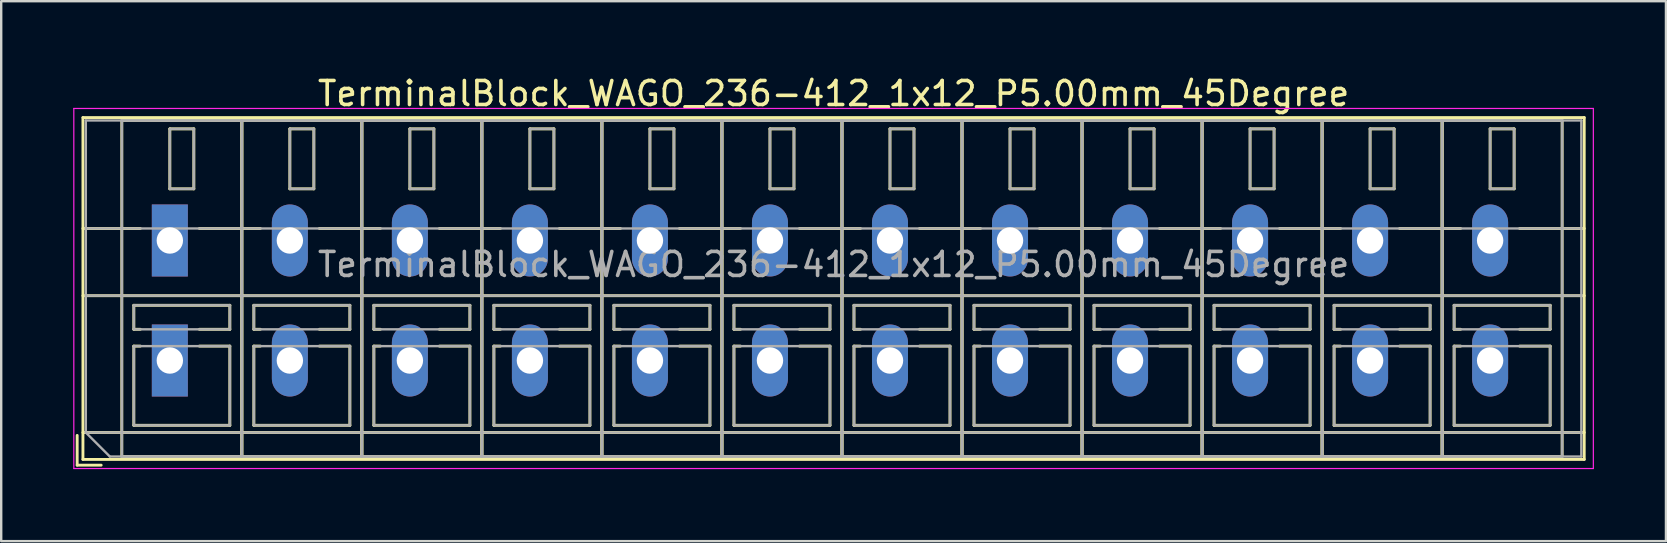
<source format=kicad_pcb>
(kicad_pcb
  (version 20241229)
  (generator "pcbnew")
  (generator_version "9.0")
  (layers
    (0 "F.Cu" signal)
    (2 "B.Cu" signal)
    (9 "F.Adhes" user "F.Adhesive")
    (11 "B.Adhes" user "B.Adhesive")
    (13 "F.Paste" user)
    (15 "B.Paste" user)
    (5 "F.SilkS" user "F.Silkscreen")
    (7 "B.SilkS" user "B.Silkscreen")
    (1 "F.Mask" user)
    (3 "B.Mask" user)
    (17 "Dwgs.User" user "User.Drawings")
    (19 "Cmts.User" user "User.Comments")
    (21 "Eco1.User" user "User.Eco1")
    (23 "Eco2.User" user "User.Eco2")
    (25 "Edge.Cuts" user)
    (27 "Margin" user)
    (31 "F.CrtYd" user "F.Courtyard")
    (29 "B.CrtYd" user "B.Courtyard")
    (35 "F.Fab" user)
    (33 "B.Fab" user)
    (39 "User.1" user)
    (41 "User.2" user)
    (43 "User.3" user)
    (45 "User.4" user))
  (footprint "TerminalBlock_WAGO_236-412_1x12_P5.00mm_45Degree"
    (layer "F.Cu")
    (at 4.025 6.968)
    (property "Reference" "TerminalBlock_WAGO_236-412_1x12_P5.00mm_45Degree" (at 27.65 -6.12 0) (layer "F.SilkS") (effects (font (size 1 1) (thickness 0.15))))
    (attr through_hole)
    (fp_line (start -3.86 8.12) (end -3.86 9.36) (stroke (width 0.12) (type solid)) (layer "F.SilkS"))
    (fp_line (start -3.86 9.36) (end -2.86 9.36) (stroke (width 0.12) (type solid)) (layer "F.SilkS"))
    (fp_line (start -3.62 -5.12) (end -3.62 9.12) (stroke (width 0.12) (type solid)) (layer "F.SilkS"))
    (fp_line (start -3.62 -5.12) (end 58.92 -5.12) (stroke (width 0.12) (type solid)) (layer "F.SilkS"))
    (fp_line (start -3.62 -0.5) (end -1.23 -0.5) (stroke (width 0.12) (type solid)) (layer "F.SilkS"))
    (fp_line (start -3.62 2.3) (end 58.92 2.3) (stroke (width 0.12) (type solid)) (layer "F.SilkS"))
    (fp_line (start -3.62 8) (end 58.92 8) (stroke (width 0.12) (type solid)) (layer "F.SilkS"))
    (fp_line (start -3.62 9.12) (end 58.92 9.12) (stroke (width 0.12) (type solid)) (layer "F.SilkS"))
    (fp_line (start -2 -5) (end -2 9) (stroke (width 0.12) (type solid)) (layer "F.SilkS"))
    (fp_line (start -2 -5) (end 3 -5) (stroke (width 0.12) (type solid)) (layer "F.SilkS"))
    (fp_line (start -2 9) (end 3 9) (stroke (width 0.12) (type solid)) (layer "F.SilkS"))
    (fp_line (start -1.5 2.7) (end -1.5 3.7) (stroke (width 0.12) (type solid)) (layer "F.SilkS"))
    (fp_line (start -1.5 2.7) (end 2.5 2.7) (stroke (width 0.12) (type solid)) (layer "F.SilkS"))
    (fp_line (start -1.5 3.7) (end -1.23 3.7) (stroke (width 0.12) (type solid)) (layer "F.SilkS"))
    (fp_line (start -1.5 4.4) (end -1.5 7.7) (stroke (width 0.12) (type solid)) (layer "F.SilkS"))
    (fp_line (start -1.5 4.4) (end -1.23 4.4) (stroke (width 0.12) (type solid)) (layer "F.SilkS"))
    (fp_line (start -1.5 7.7) (end 2.5 7.7) (stroke (width 0.12) (type solid)) (layer "F.SilkS"))
    (fp_line (start 0 -4.65) (end 0 -2.151) (stroke (width 0.12) (type solid)) (layer "F.SilkS"))
    (fp_line (start 0 -4.65) (end 1 -4.65) (stroke (width 0.12) (type solid)) (layer "F.SilkS"))
    (fp_line (start 0 -2.151) (end 1 -2.151) (stroke (width 0.12) (type solid)) (layer "F.SilkS"))
    (fp_line (start 1 -4.65) (end 1 -2.151) (stroke (width 0.12) (type solid)) (layer "F.SilkS"))
    (fp_line (start 1.23 -0.5) (end 3.77 -0.5) (stroke (width 0.12) (type solid)) (layer "F.SilkS"))
    (fp_line (start 1.23 3.7) (end 2.5 3.7) (stroke (width 0.12) (type solid)) (layer "F.SilkS"))
    (fp_line (start 1.23 4.4) (end 2.5 4.4) (stroke (width 0.12) (type solid)) (layer "F.SilkS"))
    (fp_line (start 2.5 2.7) (end 2.5 3.7) (stroke (width 0.12) (type solid)) (layer "F.SilkS"))
    (fp_line (start 2.5 4.4) (end 2.5 7.7) (stroke (width 0.12) (type solid)) (layer "F.SilkS"))
    (fp_line (start 3 -5) (end 3 9) (stroke (width 0.12) (type solid)) (layer "F.SilkS"))
    (fp_line (start 3 -5) (end 3 9) (stroke (width 0.12) (type solid)) (layer "F.SilkS"))
    (fp_line (start 3 -5) (end 8 -5) (stroke (width 0.12) (type solid)) (layer "F.SilkS"))
    (fp_line (start 3 9) (end 8 9) (stroke (width 0.12) (type solid)) (layer "F.SilkS"))
    (fp_line (start 3.5 2.7) (end 3.5 3.7) (stroke (width 0.12) (type solid)) (layer "F.SilkS"))
    (fp_line (start 3.5 2.7) (end 7.5 2.7) (stroke (width 0.12) (type solid)) (layer "F.SilkS"))
    (fp_line (start 3.5 3.7) (end 3.77 3.7) (stroke (width 0.12) (type solid)) (layer "F.SilkS"))
    (fp_line (start 3.5 4.4) (end 3.5 7.7) (stroke (width 0.12) (type solid)) (layer "F.SilkS"))
    (fp_line (start 3.5 4.4) (end 3.77 4.4) (stroke (width 0.12) (type solid)) (layer "F.SilkS"))
    (fp_line (start 3.5 7.7) (end 7.5 7.7) (stroke (width 0.12) (type solid)) (layer "F.SilkS"))
    (fp_line (start 5 -4.65) (end 5 -2.151) (stroke (width 0.12) (type solid)) (layer "F.SilkS"))
    (fp_line (start 5 -4.65) (end 6 -4.65) (stroke (width 0.12) (type solid)) (layer "F.SilkS"))
    (fp_line (start 5 -2.151) (end 6 -2.151) (stroke (width 0.12) (type solid)) (layer "F.SilkS"))
    (fp_line (start 6 -4.65) (end 6 -2.151) (stroke (width 0.12) (type solid)) (layer "F.SilkS"))
    (fp_line (start 6.23 -0.5) (end 8.77 -0.5) (stroke (width 0.12) (type solid)) (layer "F.SilkS"))
    (fp_line (start 6.23 3.7) (end 7.5 3.7) (stroke (width 0.12) (type solid)) (layer "F.SilkS"))
    (fp_line (start 6.23 4.4) (end 7.5 4.4) (stroke (width 0.12) (type solid)) (layer "F.SilkS"))
    (fp_line (start 7.5 2.7) (end 7.5 3.7) (stroke (width 0.12) (type solid)) (layer "F.SilkS"))
    (fp_line (start 7.5 4.4) (end 7.5 7.7) (stroke (width 0.12) (type solid)) (layer "F.SilkS"))
    (fp_line (start 8 -5) (end 8 9) (stroke (width 0.12) (type solid)) (layer "F.SilkS"))
    (fp_line (start 8 -5) (end 8 9) (stroke (width 0.12) (type solid)) (layer "F.SilkS"))
    (fp_line (start 8 -5) (end 13 -5) (stroke (width 0.12) (type solid)) (layer "F.SilkS"))
    (fp_line (start 8 9) (end 13 9) (stroke (width 0.12) (type solid)) (layer "F.SilkS"))
    (fp_line (start 8.5 2.7) (end 8.5 3.7) (stroke (width 0.12) (type solid)) (layer "F.SilkS"))
    (fp_line (start 8.5 2.7) (end 12.5 2.7) (stroke (width 0.12) (type solid)) (layer "F.SilkS"))
    (fp_line (start 8.5 3.7) (end 8.77 3.7) (stroke (width 0.12) (type solid)) (layer "F.SilkS"))
    (fp_line (start 8.5 4.4) (end 8.5 7.7) (stroke (width 0.12) (type solid)) (layer "F.SilkS"))
    (fp_line (start 8.5 4.4) (end 8.77 4.4) (stroke (width 0.12) (type solid)) (layer "F.SilkS"))
    (fp_line (start 8.5 7.7) (end 12.5 7.7) (stroke (width 0.12) (type solid)) (layer "F.SilkS"))
    (fp_line (start 10 -4.65) (end 10 -2.151) (stroke (width 0.12) (type solid)) (layer "F.SilkS"))
    (fp_line (start 10 -4.65) (end 11 -4.65) (stroke (width 0.12) (type solid)) (layer "F.SilkS"))
    (fp_line (start 10 -2.151) (end 11 -2.151) (stroke (width 0.12) (type solid)) (layer "F.SilkS"))
    (fp_line (start 11 -4.65) (end 11 -2.151) (stroke (width 0.12) (type solid)) (layer "F.SilkS"))
    (fp_line (start 11.23 -0.5) (end 13.77 -0.5) (stroke (width 0.12) (type solid)) (layer "F.SilkS"))
    (fp_line (start 11.23 3.7) (end 12.5 3.7) (stroke (width 0.12) (type solid)) (layer "F.SilkS"))
    (fp_line (start 11.23 4.4) (end 12.5 4.4) (stroke (width 0.12) (type solid)) (layer "F.SilkS"))
    (fp_line (start 12.5 2.7) (end 12.5 3.7) (stroke (width 0.12) (type solid)) (layer "F.SilkS"))
    (fp_line (start 12.5 4.4) (end 12.5 7.7) (stroke (width 0.12) (type solid)) (layer "F.SilkS"))
    (fp_line (start 13 -5) (end 13 9) (stroke (width 0.12) (type solid)) (layer "F.SilkS"))
    (fp_line (start 13 -5) (end 13 9) (stroke (width 0.12) (type solid)) (layer "F.SilkS"))
    (fp_line (start 13 -5) (end 18 -5) (stroke (width 0.12) (type solid)) (layer "F.SilkS"))
    (fp_line (start 13 9) (end 18 9) (stroke (width 0.12) (type solid)) (layer "F.SilkS"))
    (fp_line (start 13.5 2.7) (end 13.5 3.7) (stroke (width 0.12) (type solid)) (layer "F.SilkS"))
    (fp_line (start 13.5 2.7) (end 17.5 2.7) (stroke (width 0.12) (type solid)) (layer "F.SilkS"))
    (fp_line (start 13.5 3.7) (end 13.77 3.7) (stroke (width 0.12) (type solid)) (layer "F.SilkS"))
    (fp_line (start 13.5 4.4) (end 13.5 7.7) (stroke (width 0.12) (type solid)) (layer "F.SilkS"))
    (fp_line (start 13.5 4.4) (end 13.77 4.4) (stroke (width 0.12) (type solid)) (layer "F.SilkS"))
    (fp_line (start 13.5 7.7) (end 17.5 7.7) (stroke (width 0.12) (type solid)) (layer "F.SilkS"))
    (fp_line (start 15 -4.65) (end 15 -2.151) (stroke (width 0.12) (type solid)) (layer "F.SilkS"))
    (fp_line (start 15 -4.65) (end 16 -4.65) (stroke (width 0.12) (type solid)) (layer "F.SilkS"))
    (fp_line (start 15 -2.151) (end 16 -2.151) (stroke (width 0.12) (type solid)) (layer "F.SilkS"))
    (fp_line (start 16 -4.65) (end 16 -2.151) (stroke (width 0.12) (type solid)) (layer "F.SilkS"))
    (fp_line (start 16.23 -0.5) (end 18.77 -0.5) (stroke (width 0.12) (type solid)) (layer "F.SilkS"))
    (fp_line (start 16.23 3.7) (end 17.5 3.7) (stroke (width 0.12) (type solid)) (layer "F.SilkS"))
    (fp_line (start 16.23 4.4) (end 17.5 4.4) (stroke (width 0.12) (type solid)) (layer "F.SilkS"))
    (fp_line (start 17.5 2.7) (end 17.5 3.7) (stroke (width 0.12) (type solid)) (layer "F.SilkS"))
    (fp_line (start 17.5 4.4) (end 17.5 7.7) (stroke (width 0.12) (type solid)) (layer "F.SilkS"))
    (fp_line (start 18 -5) (end 18 9) (stroke (width 0.12) (type solid)) (layer "F.SilkS"))
    (fp_line (start 18 -5) (end 18 9) (stroke (width 0.12) (type solid)) (layer "F.SilkS"))
    (fp_line (start 18 -5) (end 23 -5) (stroke (width 0.12) (type solid)) (layer "F.SilkS"))
    (fp_line (start 18 9) (end 23 9) (stroke (width 0.12) (type solid)) (layer "F.SilkS"))
    (fp_line (start 18.5 2.7) (end 18.5 3.7) (stroke (width 0.12) (type solid)) (layer "F.SilkS"))
    (fp_line (start 18.5 2.7) (end 22.5 2.7) (stroke (width 0.12) (type solid)) (layer "F.SilkS"))
    (fp_line (start 18.5 3.7) (end 18.77 3.7) (stroke (width 0.12) (type solid)) (layer "F.SilkS"))
    (fp_line (start 18.5 4.4) (end 18.5 7.7) (stroke (width 0.12) (type solid)) (layer "F.SilkS"))
    (fp_line (start 18.5 4.4) (end 18.77 4.4) (stroke (width 0.12) (type solid)) (layer "F.SilkS"))
    (fp_line (start 18.5 7.7) (end 22.5 7.7) (stroke (width 0.12) (type solid)) (layer "F.SilkS"))
    (fp_line (start 20 -4.65) (end 20 -2.151) (stroke (width 0.12) (type solid)) (layer "F.SilkS"))
    (fp_line (start 20 -4.65) (end 21 -4.65) (stroke (width 0.12) (type solid)) (layer "F.SilkS"))
    (fp_line (start 20 -2.151) (end 21 -2.151) (stroke (width 0.12) (type solid)) (layer "F.SilkS"))
    (fp_line (start 21 -4.65) (end 21 -2.151) (stroke (width 0.12) (type solid)) (layer "F.SilkS"))
    (fp_line (start 21.23 -0.5) (end 23.77 -0.5) (stroke (width 0.12) (type solid)) (layer "F.SilkS"))
    (fp_line (start 21.23 3.7) (end 22.5 3.7) (stroke (width 0.12) (type solid)) (layer "F.SilkS"))
    (fp_line (start 21.23 4.4) (end 22.5 4.4) (stroke (width 0.12) (type solid)) (layer "F.SilkS"))
    (fp_line (start 22.5 2.7) (end 22.5 3.7) (stroke (width 0.12) (type solid)) (layer "F.SilkS"))
    (fp_line (start 22.5 4.4) (end 22.5 7.7) (stroke (width 0.12) (type solid)) (layer "F.SilkS"))
    (fp_line (start 23 -5) (end 23 9) (stroke (width 0.12) (type solid)) (layer "F.SilkS"))
    (fp_line (start 23 -5) (end 23 9) (stroke (width 0.12) (type solid)) (layer "F.SilkS"))
    (fp_line (start 23 -5) (end 28 -5) (stroke (width 0.12) (type solid)) (layer "F.SilkS"))
    (fp_line (start 23 9) (end 28 9) (stroke (width 0.12) (type solid)) (layer "F.SilkS"))
    (fp_line (start 23.5 2.7) (end 23.5 3.7) (stroke (width 0.12) (type solid)) (layer "F.SilkS"))
    (fp_line (start 23.5 2.7) (end 27.5 2.7) (stroke (width 0.12) (type solid)) (layer "F.SilkS"))
    (fp_line (start 23.5 3.7) (end 23.77 3.7) (stroke (width 0.12) (type solid)) (layer "F.SilkS"))
    (fp_line (start 23.5 4.4) (end 23.5 7.7) (stroke (width 0.12) (type solid)) (layer "F.SilkS"))
    (fp_line (start 23.5 4.4) (end 23.77 4.4) (stroke (width 0.12) (type solid)) (layer "F.SilkS"))
    (fp_line (start 23.5 7.7) (end 27.5 7.7) (stroke (width 0.12) (type solid)) (layer "F.SilkS"))
    (fp_line (start 25 -4.65) (end 25 -2.151) (stroke (width 0.12) (type solid)) (layer "F.SilkS"))
    (fp_line (start 25 -4.65) (end 26 -4.65) (stroke (width 0.12) (type solid)) (layer "F.SilkS"))
    (fp_line (start 25 -2.151) (end 26 -2.151) (stroke (width 0.12) (type solid)) (layer "F.SilkS"))
    (fp_line (start 26 -4.65) (end 26 -2.151) (stroke (width 0.12) (type solid)) (layer "F.SilkS"))
    (fp_line (start 26.23 -0.5) (end 28.77 -0.5) (stroke (width 0.12) (type solid)) (layer "F.SilkS"))
    (fp_line (start 26.23 3.7) (end 27.5 3.7) (stroke (width 0.12) (type solid)) (layer "F.SilkS"))
    (fp_line (start 26.23 4.4) (end 27.5 4.4) (stroke (width 0.12) (type solid)) (layer "F.SilkS"))
    (fp_line (start 27.5 2.7) (end 27.5 3.7) (stroke (width 0.12) (type solid)) (layer "F.SilkS"))
    (fp_line (start 27.5 4.4) (end 27.5 7.7) (stroke (width 0.12) (type solid)) (layer "F.SilkS"))
    (fp_line (start 28 -5) (end 28 9) (stroke (width 0.12) (type solid)) (layer "F.SilkS"))
    (fp_line (start 28 -5) (end 28 9) (stroke (width 0.12) (type solid)) (layer "F.SilkS"))
    (fp_line (start 28 -5) (end 33 -5) (stroke (width 0.12) (type solid)) (layer "F.SilkS"))
    (fp_line (start 28 9) (end 33 9) (stroke (width 0.12) (type solid)) (layer "F.SilkS"))
    (fp_line (start 28.5 2.7) (end 28.5 3.7) (stroke (width 0.12) (type solid)) (layer "F.SilkS"))
    (fp_line (start 28.5 2.7) (end 32.5 2.7) (stroke (width 0.12) (type solid)) (layer "F.SilkS"))
    (fp_line (start 28.5 3.7) (end 28.77 3.7) (stroke (width 0.12) (type solid)) (layer "F.SilkS"))
    (fp_line (start 28.5 4.4) (end 28.5 7.7) (stroke (width 0.12) (type solid)) (layer "F.SilkS"))
    (fp_line (start 28.5 4.4) (end 28.77 4.4) (stroke (width 0.12) (type solid)) (layer "F.SilkS"))
    (fp_line (start 28.5 7.7) (end 32.5 7.7) (stroke (width 0.12) (type solid)) (layer "F.SilkS"))
    (fp_line (start 30 -4.65) (end 30 -2.151) (stroke (width 0.12) (type solid)) (layer "F.SilkS"))
    (fp_line (start 30 -4.65) (end 31 -4.65) (stroke (width 0.12) (type solid)) (layer "F.SilkS"))
    (fp_line (start 30 -2.151) (end 31 -2.151) (stroke (width 0.12) (type solid)) (layer "F.SilkS"))
    (fp_line (start 31 -4.65) (end 31 -2.151) (stroke (width 0.12) (type solid)) (layer "F.SilkS"))
    (fp_line (start 31.23 -0.5) (end 33.77 -0.5) (stroke (width 0.12) (type solid)) (layer "F.SilkS"))
    (fp_line (start 31.23 3.7) (end 32.5 3.7) (stroke (width 0.12) (type solid)) (layer "F.SilkS"))
    (fp_line (start 31.23 4.4) (end 32.5 4.4) (stroke (width 0.12) (type solid)) (layer "F.SilkS"))
    (fp_line (start 32.5 2.7) (end 32.5 3.7) (stroke (width 0.12) (type solid)) (layer "F.SilkS"))
    (fp_line (start 32.5 4.4) (end 32.5 7.7) (stroke (width 0.12) (type solid)) (layer "F.SilkS"))
    (fp_line (start 33 -5) (end 33 9) (stroke (width 0.12) (type solid)) (layer "F.SilkS"))
    (fp_line (start 33 -5) (end 33 9) (stroke (width 0.12) (type solid)) (layer "F.SilkS"))
    (fp_line (start 33 -5) (end 38 -5) (stroke (width 0.12) (type solid)) (layer "F.SilkS"))
    (fp_line (start 33 9) (end 38 9) (stroke (width 0.12) (type solid)) (layer "F.SilkS"))
    (fp_line (start 33.5 2.7) (end 33.5 3.7) (stroke (width 0.12) (type solid)) (layer "F.SilkS"))
    (fp_line (start 33.5 2.7) (end 37.5 2.7) (stroke (width 0.12) (type solid)) (layer "F.SilkS"))
    (fp_line (start 33.5 3.7) (end 33.77 3.7) (stroke (width 0.12) (type solid)) (layer "F.SilkS"))
    (fp_line (start 33.5 4.4) (end 33.5 7.7) (stroke (width 0.12) (type solid)) (layer "F.SilkS"))
    (fp_line (start 33.5 4.4) (end 33.77 4.4) (stroke (width 0.12) (type solid)) (layer "F.SilkS"))
    (fp_line (start 33.5 7.7) (end 37.5 7.7) (stroke (width 0.12) (type solid)) (layer "F.SilkS"))
    (fp_line (start 35 -4.65) (end 35 -2.151) (stroke (width 0.12) (type solid)) (layer "F.SilkS"))
    (fp_line (start 35 -4.65) (end 36 -4.65) (stroke (width 0.12) (type solid)) (layer "F.SilkS"))
    (fp_line (start 35 -2.151) (end 36 -2.151) (stroke (width 0.12) (type solid)) (layer "F.SilkS"))
    (fp_line (start 36 -4.65) (end 36 -2.151) (stroke (width 0.12) (type solid)) (layer "F.SilkS"))
    (fp_line (start 36.23 -0.5) (end 38.77 -0.5) (stroke (width 0.12) (type solid)) (layer "F.SilkS"))
    (fp_line (start 36.23 3.7) (end 37.5 3.7) (stroke (width 0.12) (type solid)) (layer "F.SilkS"))
    (fp_line (start 36.23 4.4) (end 37.5 4.4) (stroke (width 0.12) (type solid)) (layer "F.SilkS"))
    (fp_line (start 37.5 2.7) (end 37.5 3.7) (stroke (width 0.12) (type solid)) (layer "F.SilkS"))
    (fp_line (start 37.5 4.4) (end 37.5 7.7) (stroke (width 0.12) (type solid)) (layer "F.SilkS"))
    (fp_line (start 38 -5) (end 38 9) (stroke (width 0.12) (type solid)) (layer "F.SilkS"))
    (fp_line (start 38 -5) (end 38 9) (stroke (width 0.12) (type solid)) (layer "F.SilkS"))
    (fp_line (start 38 -5) (end 43 -5) (stroke (width 0.12) (type solid)) (layer "F.SilkS"))
    (fp_line (start 38 9) (end 43 9) (stroke (width 0.12) (type solid)) (layer "F.SilkS"))
    (fp_line (start 38.5 2.7) (end 38.5 3.7) (stroke (width 0.12) (type solid)) (layer "F.SilkS"))
    (fp_line (start 38.5 2.7) (end 42.5 2.7) (stroke (width 0.12) (type solid)) (layer "F.SilkS"))
    (fp_line (start 38.5 3.7) (end 38.77 3.7) (stroke (width 0.12) (type solid)) (layer "F.SilkS"))
    (fp_line (start 38.5 4.4) (end 38.5 7.7) (stroke (width 0.12) (type solid)) (layer "F.SilkS"))
    (fp_line (start 38.5 4.4) (end 38.77 4.4) (stroke (width 0.12) (type solid)) (layer "F.SilkS"))
    (fp_line (start 38.5 7.7) (end 42.5 7.7) (stroke (width 0.12) (type solid)) (layer "F.SilkS"))
    (fp_line (start 40 -4.65) (end 40 -2.151) (stroke (width 0.12) (type solid)) (layer "F.SilkS"))
    (fp_line (start 40 -4.65) (end 41 -4.65) (stroke (width 0.12) (type solid)) (layer "F.SilkS"))
    (fp_line (start 40 -2.151) (end 41 -2.151) (stroke (width 0.12) (type solid)) (layer "F.SilkS"))
    (fp_line (start 41 -4.65) (end 41 -2.151) (stroke (width 0.12) (type solid)) (layer "F.SilkS"))
    (fp_line (start 41.23 -0.5) (end 43.77 -0.5) (stroke (width 0.12) (type solid)) (layer "F.SilkS"))
    (fp_line (start 41.23 3.7) (end 42.5 3.7) (stroke (width 0.12) (type solid)) (layer "F.SilkS"))
    (fp_line (start 41.23 4.4) (end 42.5 4.4) (stroke (width 0.12) (type solid)) (layer "F.SilkS"))
    (fp_line (start 42.5 2.7) (end 42.5 3.7) (stroke (width 0.12) (type solid)) (layer "F.SilkS"))
    (fp_line (start 42.5 4.4) (end 42.5 7.7) (stroke (width 0.12) (type solid)) (layer "F.SilkS"))
    (fp_line (start 43 -5) (end 43 9) (stroke (width 0.12) (type solid)) (layer "F.SilkS"))
    (fp_line (start 43 -5) (end 43 9) (stroke (width 0.12) (type solid)) (layer "F.SilkS"))
    (fp_line (start 43 -5) (end 48 -5) (stroke (width 0.12) (type solid)) (layer "F.SilkS"))
    (fp_line (start 43 9) (end 48 9) (stroke (width 0.12) (type solid)) (layer "F.SilkS"))
    (fp_line (start 43.5 2.7) (end 43.5 3.7) (stroke (width 0.12) (type solid)) (layer "F.SilkS"))
    (fp_line (start 43.5 2.7) (end 47.5 2.7) (stroke (width 0.12) (type solid)) (layer "F.SilkS"))
    (fp_line (start 43.5 3.7) (end 43.77 3.7) (stroke (width 0.12) (type solid)) (layer "F.SilkS"))
    (fp_line (start 43.5 4.4) (end 43.5 7.7) (stroke (width 0.12) (type solid)) (layer "F.SilkS"))
    (fp_line (start 43.5 4.4) (end 43.77 4.4) (stroke (width 0.12) (type solid)) (layer "F.SilkS"))
    (fp_line (start 43.5 7.7) (end 47.5 7.7) (stroke (width 0.12) (type solid)) (layer "F.SilkS"))
    (fp_line (start 45 -4.65) (end 45 -2.151) (stroke (width 0.12) (type solid)) (layer "F.SilkS"))
    (fp_line (start 45 -4.65) (end 46 -4.65) (stroke (width 0.12) (type solid)) (layer "F.SilkS"))
    (fp_line (start 45 -2.151) (end 46 -2.151) (stroke (width 0.12) (type solid)) (layer "F.SilkS"))
    (fp_line (start 46 -4.65) (end 46 -2.151) (stroke (width 0.12) (type solid)) (layer "F.SilkS"))
    (fp_line (start 46.23 -0.5) (end 48.77 -0.5) (stroke (width 0.12) (type solid)) (layer "F.SilkS"))
    (fp_line (start 46.23 3.7) (end 47.5 3.7) (stroke (width 0.12) (type solid)) (layer "F.SilkS"))
    (fp_line (start 46.23 4.4) (end 47.5 4.4) (stroke (width 0.12) (type solid)) (layer "F.SilkS"))
    (fp_line (start 47.5 2.7) (end 47.5 3.7) (stroke (width 0.12) (type solid)) (layer "F.SilkS"))
    (fp_line (start 47.5 4.4) (end 47.5 7.7) (stroke (width 0.12) (type solid)) (layer "F.SilkS"))
    (fp_line (start 48 -5) (end 48 9) (stroke (width 0.12) (type solid)) (layer "F.SilkS"))
    (fp_line (start 48 -5) (end 48 9) (stroke (width 0.12) (type solid)) (layer "F.SilkS"))
    (fp_line (start 48 -5) (end 53 -5) (stroke (width 0.12) (type solid)) (layer "F.SilkS"))
    (fp_line (start 48 9) (end 53 9) (stroke (width 0.12) (type solid)) (layer "F.SilkS"))
    (fp_line (start 48.5 2.7) (end 48.5 3.7) (stroke (width 0.12) (type solid)) (layer "F.SilkS"))
    (fp_line (start 48.5 2.7) (end 52.5 2.7) (stroke (width 0.12) (type solid)) (layer "F.SilkS"))
    (fp_line (start 48.5 3.7) (end 48.77 3.7) (stroke (width 0.12) (type solid)) (layer "F.SilkS"))
    (fp_line (start 48.5 4.4) (end 48.5 7.7) (stroke (width 0.12) (type solid)) (layer "F.SilkS"))
    (fp_line (start 48.5 4.4) (end 48.77 4.4) (stroke (width 0.12) (type solid)) (layer "F.SilkS"))
    (fp_line (start 48.5 7.7) (end 52.5 7.7) (stroke (width 0.12) (type solid)) (layer "F.SilkS"))
    (fp_line (start 50 -4.65) (end 50 -2.151) (stroke (width 0.12) (type solid)) (layer "F.SilkS"))
    (fp_line (start 50 -4.65) (end 51 -4.65) (stroke (width 0.12) (type solid)) (layer "F.SilkS"))
    (fp_line (start 50 -2.151) (end 51 -2.151) (stroke (width 0.12) (type solid)) (layer "F.SilkS"))
    (fp_line (start 51 -4.65) (end 51 -2.151) (stroke (width 0.12) (type solid)) (layer "F.SilkS"))
    (fp_line (start 51.23 -0.5) (end 53.77 -0.5) (stroke (width 0.12) (type solid)) (layer "F.SilkS"))
    (fp_line (start 51.23 3.7) (end 52.5 3.7) (stroke (width 0.12) (type solid)) (layer "F.SilkS"))
    (fp_line (start 51.23 4.4) (end 52.5 4.4) (stroke (width 0.12) (type solid)) (layer "F.SilkS"))
    (fp_line (start 52.5 2.7) (end 52.5 3.7) (stroke (width 0.12) (type solid)) (layer "F.SilkS"))
    (fp_line (start 52.5 4.4) (end 52.5 7.7) (stroke (width 0.12) (type solid)) (layer "F.SilkS"))
    (fp_line (start 53 -5) (end 53 9) (stroke (width 0.12) (type solid)) (layer "F.SilkS"))
    (fp_line (start 53 -5) (end 53 9) (stroke (width 0.12) (type solid)) (layer "F.SilkS"))
    (fp_line (start 53 -5) (end 58 -5) (stroke (width 0.12) (type solid)) (layer "F.SilkS"))
    (fp_line (start 53 9) (end 58 9) (stroke (width 0.12) (type solid)) (layer "F.SilkS"))
    (fp_line (start 53.5 2.7) (end 53.5 3.7) (stroke (width 0.12) (type solid)) (layer "F.SilkS"))
    (fp_line (start 53.5 2.7) (end 57.5 2.7) (stroke (width 0.12) (type solid)) (layer "F.SilkS"))
    (fp_line (start 53.5 3.7) (end 53.77 3.7) (stroke (width 0.12) (type solid)) (layer "F.SilkS"))
    (fp_line (start 53.5 4.4) (end 53.5 7.7) (stroke (width 0.12) (type solid)) (layer "F.SilkS"))
    (fp_line (start 53.5 4.4) (end 53.77 4.4) (stroke (width 0.12) (type solid)) (layer "F.SilkS"))
    (fp_line (start 53.5 7.7) (end 57.5 7.7) (stroke (width 0.12) (type solid)) (layer "F.SilkS"))
    (fp_line (start 55 -4.65) (end 55 -2.151) (stroke (width 0.12) (type solid)) (layer "F.SilkS"))
    (fp_line (start 55 -4.65) (end 56 -4.65) (stroke (width 0.12) (type solid)) (layer "F.SilkS"))
    (fp_line (start 55 -2.151) (end 56 -2.151) (stroke (width 0.12) (type solid)) (layer "F.SilkS"))
    (fp_line (start 56 -4.65) (end 56 -2.151) (stroke (width 0.12) (type solid)) (layer "F.SilkS"))
    (fp_line (start 56.23 -0.5) (end 58.92 -0.5) (stroke (width 0.12) (type solid)) (layer "F.SilkS"))
    (fp_line (start 56.23 3.7) (end 57.5 3.7) (stroke (width 0.12) (type solid)) (layer "F.SilkS"))
    (fp_line (start 56.23 4.4) (end 57.5 4.4) (stroke (width 0.12) (type solid)) (layer "F.SilkS"))
    (fp_line (start 57.5 2.7) (end 57.5 3.7) (stroke (width 0.12) (type solid)) (layer "F.SilkS"))
    (fp_line (start 57.5 4.4) (end 57.5 7.7) (stroke (width 0.12) (type solid)) (layer "F.SilkS"))
    (fp_line (start 58 -5) (end 58 9) (stroke (width 0.12) (type solid)) (layer "F.SilkS"))
    (fp_line (start 58.92 -5.12) (end 58.92 9.12) (stroke (width 0.12) (type solid)) (layer "F.SilkS"))
    (fp_line (start -4 -5.5) (end -4 9.5) (stroke (width 0.05) (type solid)) (layer "F.CrtYd"))
    (fp_line (start -4 9.5) (end 59.3 9.5) (stroke (width 0.05) (type solid)) (layer "F.CrtYd"))
    (fp_line (start 59.3 -5.5) (end -4 -5.5) (stroke (width 0.05) (type solid)) (layer "F.CrtYd"))
    (fp_line (start 59.3 9.5) (end 59.3 -5.5) (stroke (width 0.05) (type solid)) (layer "F.CrtYd"))
    (fp_line (start -3.5 -5) (end 58.8 -5) (stroke (width 0.1) (type solid)) (layer "F.Fab"))
    (fp_line (start -3.5 -0.5) (end 58.8 -0.5) (stroke (width 0.1) (type solid)) (layer "F.Fab"))
    (fp_line (start -3.5 2.3) (end 58.8 2.3) (stroke (width 0.1) (type solid)) (layer "F.Fab"))
    (fp_line (start -3.5 8) (end -3.5 -5) (stroke (width 0.1) (type solid)) (layer "F.Fab"))
    (fp_line (start -3.5 8) (end 58.8 8) (stroke (width 0.1) (type solid)) (layer "F.Fab"))
    (fp_line (start -2.5 9) (end -3.5 8) (stroke (width 0.1) (type solid)) (layer "F.Fab"))
    (fp_line (start -2 -5) (end -2 9) (stroke (width 0.1) (type solid)) (layer "F.Fab"))
    (fp_line (start -2 9) (end 3 9) (stroke (width 0.1) (type solid)) (layer "F.Fab"))
    (fp_line (start -1.5 2.7) (end -1.5 3.7) (stroke (width 0.1) (type solid)) (layer "F.Fab"))
    (fp_line (start -1.5 3.7) (end 2.5 3.7) (stroke (width 0.1) (type solid)) (layer "F.Fab"))
    (fp_line (start -1.5 4.4) (end -1.5 7.7) (stroke (width 0.1) (type solid)) (layer "F.Fab"))
    (fp_line (start -1.5 7.7) (end 2.5 7.7) (stroke (width 0.1) (type solid)) (layer "F.Fab"))
    (fp_line (start 0 -4.65) (end 0 -2.15) (stroke (width 0.1) (type solid)) (layer "F.Fab"))
    (fp_line (start 0 -2.15) (end 1 -2.15) (stroke (width 0.1) (type solid)) (layer "F.Fab"))
    (fp_line (start 1 -4.65) (end 0 -4.65) (stroke (width 0.1) (type solid)) (layer "F.Fab"))
    (fp_line (start 1 -2.15) (end 1 -4.65) (stroke (width 0.1) (type solid)) (layer "F.Fab"))
    (fp_line (start 2.5 2.7) (end -1.5 2.7) (stroke (width 0.1) (type solid)) (layer "F.Fab"))
    (fp_line (start 2.5 3.7) (end 2.5 2.7) (stroke (width 0.1) (type solid)) (layer "F.Fab"))
    (fp_line (start 2.5 4.4) (end -1.5 4.4) (stroke (width 0.1) (type solid)) (layer "F.Fab"))
    (fp_line (start 2.5 7.7) (end 2.5 4.4) (stroke (width 0.1) (type solid)) (layer "F.Fab"))
    (fp_line (start 3 -5) (end -2 -5) (stroke (width 0.1) (type solid)) (layer "F.Fab"))
    (fp_line (start 3 -5) (end 3 9) (stroke (width 0.1) (type solid)) (layer "F.Fab"))
    (fp_line (start 3 9) (end 3 -5) (stroke (width 0.1) (type solid)) (layer "F.Fab"))
    (fp_line (start 3 9) (end 8 9) (stroke (width 0.1) (type solid)) (layer "F.Fab"))
    (fp_line (start 3.5 2.7) (end 3.5 3.7) (stroke (width 0.1) (type solid)) (layer "F.Fab"))
    (fp_line (start 3.5 3.7) (end 7.5 3.7) (stroke (width 0.1) (type solid)) (layer "F.Fab"))
    (fp_line (start 3.5 4.4) (end 3.5 7.7) (stroke (width 0.1) (type solid)) (layer "F.Fab"))
    (fp_line (start 3.5 7.7) (end 7.5 7.7) (stroke (width 0.1) (type solid)) (layer "F.Fab"))
    (fp_line (start 5 -4.65) (end 5 -2.15) (stroke (width 0.1) (type solid)) (layer "F.Fab"))
    (fp_line (start 5 -2.15) (end 6 -2.15) (stroke (width 0.1) (type solid)) (layer "F.Fab"))
    (fp_line (start 6 -4.65) (end 5 -4.65) (stroke (width 0.1) (type solid)) (layer "F.Fab"))
    (fp_line (start 6 -2.15) (end 6 -4.65) (stroke (width 0.1) (type solid)) (layer "F.Fab"))
    (fp_line (start 7.5 2.7) (end 3.5 2.7) (stroke (width 0.1) (type solid)) (layer "F.Fab"))
    (fp_line (start 7.5 3.7) (end 7.5 2.7) (stroke (width 0.1) (type solid)) (layer "F.Fab"))
    (fp_line (start 7.5 4.4) (end 3.5 4.4) (stroke (width 0.1) (type solid)) (layer "F.Fab"))
    (fp_line (start 7.5 7.7) (end 7.5 4.4) (stroke (width 0.1) (type solid)) (layer "F.Fab"))
    (fp_line (start 8 -5) (end 3 -5) (stroke (width 0.1) (type solid)) (layer "F.Fab"))
    (fp_line (start 8 -5) (end 8 9) (stroke (width 0.1) (type solid)) (layer "F.Fab"))
    (fp_line (start 8 9) (end 8 -5) (stroke (width 0.1) (type solid)) (layer "F.Fab"))
    (fp_line (start 8 9) (end 13 9) (stroke (width 0.1) (type solid)) (layer "F.Fab"))
    (fp_line (start 8.5 2.7) (end 8.5 3.7) (stroke (width 0.1) (type solid)) (layer "F.Fab"))
    (fp_line (start 8.5 3.7) (end 12.5 3.7) (stroke (width 0.1) (type solid)) (layer "F.Fab"))
    (fp_line (start 8.5 4.4) (end 8.5 7.7) (stroke (width 0.1) (type solid)) (layer "F.Fab"))
    (fp_line (start 8.5 7.7) (end 12.5 7.7) (stroke (width 0.1) (type solid)) (layer "F.Fab"))
    (fp_line (start 10 -4.65) (end 10 -2.15) (stroke (width 0.1) (type solid)) (layer "F.Fab"))
    (fp_line (start 10 -2.15) (end 11 -2.15) (stroke (width 0.1) (type solid)) (layer "F.Fab"))
    (fp_line (start 11 -4.65) (end 10 -4.65) (stroke (width 0.1) (type solid)) (layer "F.Fab"))
    (fp_line (start 11 -2.15) (end 11 -4.65) (stroke (width 0.1) (type solid)) (layer "F.Fab"))
    (fp_line (start 12.5 2.7) (end 8.5 2.7) (stroke (width 0.1) (type solid)) (layer "F.Fab"))
    (fp_line (start 12.5 3.7) (end 12.5 2.7) (stroke (width 0.1) (type solid)) (layer "F.Fab"))
    (fp_line (start 12.5 4.4) (end 8.5 4.4) (stroke (width 0.1) (type solid)) (layer "F.Fab"))
    (fp_line (start 12.5 7.7) (end 12.5 4.4) (stroke (width 0.1) (type solid)) (layer "F.Fab"))
    (fp_line (start 13 -5) (end 8 -5) (stroke (width 0.1) (type solid)) (layer "F.Fab"))
    (fp_line (start 13 -5) (end 13 9) (stroke (width 0.1) (type solid)) (layer "F.Fab"))
    (fp_line (start 13 9) (end 13 -5) (stroke (width 0.1) (type solid)) (layer "F.Fab"))
    (fp_line (start 13 9) (end 18 9) (stroke (width 0.1) (type solid)) (layer "F.Fab"))
    (fp_line (start 13.5 2.7) (end 13.5 3.7) (stroke (width 0.1) (type solid)) (layer "F.Fab"))
    (fp_line (start 13.5 3.7) (end 17.5 3.7) (stroke (width 0.1) (type solid)) (layer "F.Fab"))
    (fp_line (start 13.5 4.4) (end 13.5 7.7) (stroke (width 0.1) (type solid)) (layer "F.Fab"))
    (fp_line (start 13.5 7.7) (end 17.5 7.7) (stroke (width 0.1) (type solid)) (layer "F.Fab"))
    (fp_line (start 15 -4.65) (end 15 -2.15) (stroke (width 0.1) (type solid)) (layer "F.Fab"))
    (fp_line (start 15 -2.15) (end 16 -2.15) (stroke (width 0.1) (type solid)) (layer "F.Fab"))
    (fp_line (start 16 -4.65) (end 15 -4.65) (stroke (width 0.1) (type solid)) (layer "F.Fab"))
    (fp_line (start 16 -2.15) (end 16 -4.65) (stroke (width 0.1) (type solid)) (layer "F.Fab"))
    (fp_line (start 17.5 2.7) (end 13.5 2.7) (stroke (width 0.1) (type solid)) (layer "F.Fab"))
    (fp_line (start 17.5 3.7) (end 17.5 2.7) (stroke (width 0.1) (type solid)) (layer "F.Fab"))
    (fp_line (start 17.5 4.4) (end 13.5 4.4) (stroke (width 0.1) (type solid)) (layer "F.Fab"))
    (fp_line (start 17.5 7.7) (end 17.5 4.4) (stroke (width 0.1) (type solid)) (layer "F.Fab"))
    (fp_line (start 18 -5) (end 13 -5) (stroke (width 0.1) (type solid)) (layer "F.Fab"))
    (fp_line (start 18 -5) (end 18 9) (stroke (width 0.1) (type solid)) (layer "F.Fab"))
    (fp_line (start 18 9) (end 18 -5) (stroke (width 0.1) (type solid)) (layer "F.Fab"))
    (fp_line (start 18 9) (end 23 9) (stroke (width 0.1) (type solid)) (layer "F.Fab"))
    (fp_line (start 18.5 2.7) (end 18.5 3.7) (stroke (width 0.1) (type solid)) (layer "F.Fab"))
    (fp_line (start 18.5 3.7) (end 22.5 3.7) (stroke (width 0.1) (type solid)) (layer "F.Fab"))
    (fp_line (start 18.5 4.4) (end 18.5 7.7) (stroke (width 0.1) (type solid)) (layer "F.Fab"))
    (fp_line (start 18.5 7.7) (end 22.5 7.7) (stroke (width 0.1) (type solid)) (layer "F.Fab"))
    (fp_line (start 20 -4.65) (end 20 -2.15) (stroke (width 0.1) (type solid)) (layer "F.Fab"))
    (fp_line (start 20 -2.15) (end 21 -2.15) (stroke (width 0.1) (type solid)) (layer "F.Fab"))
    (fp_line (start 21 -4.65) (end 20 -4.65) (stroke (width 0.1) (type solid)) (layer "F.Fab"))
    (fp_line (start 21 -2.15) (end 21 -4.65) (stroke (width 0.1) (type solid)) (layer "F.Fab"))
    (fp_line (start 22.5 2.7) (end 18.5 2.7) (stroke (width 0.1) (type solid)) (layer "F.Fab"))
    (fp_line (start 22.5 3.7) (end 22.5 2.7) (stroke (width 0.1) (type solid)) (layer "F.Fab"))
    (fp_line (start 22.5 4.4) (end 18.5 4.4) (stroke (width 0.1) (type solid)) (layer "F.Fab"))
    (fp_line (start 22.5 7.7) (end 22.5 4.4) (stroke (width 0.1) (type solid)) (layer "F.Fab"))
    (fp_line (start 23 -5) (end 18 -5) (stroke (width 0.1) (type solid)) (layer "F.Fab"))
    (fp_line (start 23 -5) (end 23 9) (stroke (width 0.1) (type solid)) (layer "F.Fab"))
    (fp_line (start 23 9) (end 23 -5) (stroke (width 0.1) (type solid)) (layer "F.Fab"))
    (fp_line (start 23 9) (end 28 9) (stroke (width 0.1) (type solid)) (layer "F.Fab"))
    (fp_line (start 23.5 2.7) (end 23.5 3.7) (stroke (width 0.1) (type solid)) (layer "F.Fab"))
    (fp_line (start 23.5 3.7) (end 27.5 3.7) (stroke (width 0.1) (type solid)) (layer "F.Fab"))
    (fp_line (start 23.5 4.4) (end 23.5 7.7) (stroke (width 0.1) (type solid)) (layer "F.Fab"))
    (fp_line (start 23.5 7.7) (end 27.5 7.7) (stroke (width 0.1) (type solid)) (layer "F.Fab"))
    (fp_line (start 25 -4.65) (end 25 -2.15) (stroke (width 0.1) (type solid)) (layer "F.Fab"))
    (fp_line (start 25 -2.15) (end 26 -2.15) (stroke (width 0.1) (type solid)) (layer "F.Fab"))
    (fp_line (start 26 -4.65) (end 25 -4.65) (stroke (width 0.1) (type solid)) (layer "F.Fab"))
    (fp_line (start 26 -2.15) (end 26 -4.65) (stroke (width 0.1) (type solid)) (layer "F.Fab"))
    (fp_line (start 27.5 2.7) (end 23.5 2.7) (stroke (width 0.1) (type solid)) (layer "F.Fab"))
    (fp_line (start 27.5 3.7) (end 27.5 2.7) (stroke (width 0.1) (type solid)) (layer "F.Fab"))
    (fp_line (start 27.5 4.4) (end 23.5 4.4) (stroke (width 0.1) (type solid)) (layer "F.Fab"))
    (fp_line (start 27.5 7.7) (end 27.5 4.4) (stroke (width 0.1) (type solid)) (layer "F.Fab"))
    (fp_line (start 28 -5) (end 23 -5) (stroke (width 0.1) (type solid)) (layer "F.Fab"))
    (fp_line (start 28 -5) (end 28 9) (stroke (width 0.1) (type solid)) (layer "F.Fab"))
    (fp_line (start 28 9) (end 28 -5) (stroke (width 0.1) (type solid)) (layer "F.Fab"))
    (fp_line (start 28 9) (end 33 9) (stroke (width 0.1) (type solid)) (layer "F.Fab"))
    (fp_line (start 28.5 2.7) (end 28.5 3.7) (stroke (width 0.1) (type solid)) (layer "F.Fab"))
    (fp_line (start 28.5 3.7) (end 32.5 3.7) (stroke (width 0.1) (type solid)) (layer "F.Fab"))
    (fp_line (start 28.5 4.4) (end 28.5 7.7) (stroke (width 0.1) (type solid)) (layer "F.Fab"))
    (fp_line (start 28.5 7.7) (end 32.5 7.7) (stroke (width 0.1) (type solid)) (layer "F.Fab"))
    (fp_line (start 30 -4.65) (end 30 -2.15) (stroke (width 0.1) (type solid)) (layer "F.Fab"))
    (fp_line (start 30 -2.15) (end 31 -2.15) (stroke (width 0.1) (type solid)) (layer "F.Fab"))
    (fp_line (start 31 -4.65) (end 30 -4.65) (stroke (width 0.1) (type solid)) (layer "F.Fab"))
    (fp_line (start 31 -2.15) (end 31 -4.65) (stroke (width 0.1) (type solid)) (layer "F.Fab"))
    (fp_line (start 32.5 2.7) (end 28.5 2.7) (stroke (width 0.1) (type solid)) (layer "F.Fab"))
    (fp_line (start 32.5 3.7) (end 32.5 2.7) (stroke (width 0.1) (type solid)) (layer "F.Fab"))
    (fp_line (start 32.5 4.4) (end 28.5 4.4) (stroke (width 0.1) (type solid)) (layer "F.Fab"))
    (fp_line (start 32.5 7.7) (end 32.5 4.4) (stroke (width 0.1) (type solid)) (layer "F.Fab"))
    (fp_line (start 33 -5) (end 28 -5) (stroke (width 0.1) (type solid)) (layer "F.Fab"))
    (fp_line (start 33 -5) (end 33 9) (stroke (width 0.1) (type solid)) (layer "F.Fab"))
    (fp_line (start 33 9) (end 33 -5) (stroke (width 0.1) (type solid)) (layer "F.Fab"))
    (fp_line (start 33 9) (end 38 9) (stroke (width 0.1) (type solid)) (layer "F.Fab"))
    (fp_line (start 33.5 2.7) (end 33.5 3.7) (stroke (width 0.1) (type solid)) (layer "F.Fab"))
    (fp_line (start 33.5 3.7) (end 37.5 3.7) (stroke (width 0.1) (type solid)) (layer "F.Fab"))
    (fp_line (start 33.5 4.4) (end 33.5 7.7) (stroke (width 0.1) (type solid)) (layer "F.Fab"))
    (fp_line (start 33.5 7.7) (end 37.5 7.7) (stroke (width 0.1) (type solid)) (layer "F.Fab"))
    (fp_line (start 35 -4.65) (end 35 -2.15) (stroke (width 0.1) (type solid)) (layer "F.Fab"))
    (fp_line (start 35 -2.15) (end 36 -2.15) (stroke (width 0.1) (type solid)) (layer "F.Fab"))
    (fp_line (start 36 -4.65) (end 35 -4.65) (stroke (width 0.1) (type solid)) (layer "F.Fab"))
    (fp_line (start 36 -2.15) (end 36 -4.65) (stroke (width 0.1) (type solid)) (layer "F.Fab"))
    (fp_line (start 37.5 2.7) (end 33.5 2.7) (stroke (width 0.1) (type solid)) (layer "F.Fab"))
    (fp_line (start 37.5 3.7) (end 37.5 2.7) (stroke (width 0.1) (type solid)) (layer "F.Fab"))
    (fp_line (start 37.5 4.4) (end 33.5 4.4) (stroke (width 0.1) (type solid)) (layer "F.Fab"))
    (fp_line (start 37.5 7.7) (end 37.5 4.4) (stroke (width 0.1) (type solid)) (layer "F.Fab"))
    (fp_line (start 38 -5) (end 33 -5) (stroke (width 0.1) (type solid)) (layer "F.Fab"))
    (fp_line (start 38 -5) (end 38 9) (stroke (width 0.1) (type solid)) (layer "F.Fab"))
    (fp_line (start 38 9) (end 38 -5) (stroke (width 0.1) (type solid)) (layer "F.Fab"))
    (fp_line (start 38 9) (end 43 9) (stroke (width 0.1) (type solid)) (layer "F.Fab"))
    (fp_line (start 38.5 2.7) (end 38.5 3.7) (stroke (width 0.1) (type solid)) (layer "F.Fab"))
    (fp_line (start 38.5 3.7) (end 42.5 3.7) (stroke (width 0.1) (type solid)) (layer "F.Fab"))
    (fp_line (start 38.5 4.4) (end 38.5 7.7) (stroke (width 0.1) (type solid)) (layer "F.Fab"))
    (fp_line (start 38.5 7.7) (end 42.5 7.7) (stroke (width 0.1) (type solid)) (layer "F.Fab"))
    (fp_line (start 40 -4.65) (end 40 -2.15) (stroke (width 0.1) (type solid)) (layer "F.Fab"))
    (fp_line (start 40 -2.15) (end 41 -2.15) (stroke (width 0.1) (type solid)) (layer "F.Fab"))
    (fp_line (start 41 -4.65) (end 40 -4.65) (stroke (width 0.1) (type solid)) (layer "F.Fab"))
    (fp_line (start 41 -2.15) (end 41 -4.65) (stroke (width 0.1) (type solid)) (layer "F.Fab"))
    (fp_line (start 42.5 2.7) (end 38.5 2.7) (stroke (width 0.1) (type solid)) (layer "F.Fab"))
    (fp_line (start 42.5 3.7) (end 42.5 2.7) (stroke (width 0.1) (type solid)) (layer "F.Fab"))
    (fp_line (start 42.5 4.4) (end 38.5 4.4) (stroke (width 0.1) (type solid)) (layer "F.Fab"))
    (fp_line (start 42.5 7.7) (end 42.5 4.4) (stroke (width 0.1) (type solid)) (layer "F.Fab"))
    (fp_line (start 43 -5) (end 38 -5) (stroke (width 0.1) (type solid)) (layer "F.Fab"))
    (fp_line (start 43 -5) (end 43 9) (stroke (width 0.1) (type solid)) (layer "F.Fab"))
    (fp_line (start 43 9) (end 43 -5) (stroke (width 0.1) (type solid)) (layer "F.Fab"))
    (fp_line (start 43 9) (end 48 9) (stroke (width 0.1) (type solid)) (layer "F.Fab"))
    (fp_line (start 43.5 2.7) (end 43.5 3.7) (stroke (width 0.1) (type solid)) (layer "F.Fab"))
    (fp_line (start 43.5 3.7) (end 47.5 3.7) (stroke (width 0.1) (type solid)) (layer "F.Fab"))
    (fp_line (start 43.5 4.4) (end 43.5 7.7) (stroke (width 0.1) (type solid)) (layer "F.Fab"))
    (fp_line (start 43.5 7.7) (end 47.5 7.7) (stroke (width 0.1) (type solid)) (layer "F.Fab"))
    (fp_line (start 45 -4.65) (end 45 -2.15) (stroke (width 0.1) (type solid)) (layer "F.Fab"))
    (fp_line (start 45 -2.15) (end 46 -2.15) (stroke (width 0.1) (type solid)) (layer "F.Fab"))
    (fp_line (start 46 -4.65) (end 45 -4.65) (stroke (width 0.1) (type solid)) (layer "F.Fab"))
    (fp_line (start 46 -2.15) (end 46 -4.65) (stroke (width 0.1) (type solid)) (layer "F.Fab"))
    (fp_line (start 47.5 2.7) (end 43.5 2.7) (stroke (width 0.1) (type solid)) (layer "F.Fab"))
    (fp_line (start 47.5 3.7) (end 47.5 2.7) (stroke (width 0.1) (type solid)) (layer "F.Fab"))
    (fp_line (start 47.5 4.4) (end 43.5 4.4) (stroke (width 0.1) (type solid)) (layer "F.Fab"))
    (fp_line (start 47.5 7.7) (end 47.5 4.4) (stroke (width 0.1) (type solid)) (layer "F.Fab"))
    (fp_line (start 48 -5) (end 43 -5) (stroke (width 0.1) (type solid)) (layer "F.Fab"))
    (fp_line (start 48 -5) (end 48 9) (stroke (width 0.1) (type solid)) (layer "F.Fab"))
    (fp_line (start 48 9) (end 48 -5) (stroke (width 0.1) (type solid)) (layer "F.Fab"))
    (fp_line (start 48 9) (end 53 9) (stroke (width 0.1) (type solid)) (layer "F.Fab"))
    (fp_line (start 48.5 2.7) (end 48.5 3.7) (stroke (width 0.1) (type solid)) (layer "F.Fab"))
    (fp_line (start 48.5 3.7) (end 52.5 3.7) (stroke (width 0.1) (type solid)) (layer "F.Fab"))
    (fp_line (start 48.5 4.4) (end 48.5 7.7) (stroke (width 0.1) (type solid)) (layer "F.Fab"))
    (fp_line (start 48.5 7.7) (end 52.5 7.7) (stroke (width 0.1) (type solid)) (layer "F.Fab"))
    (fp_line (start 50 -4.65) (end 50 -2.15) (stroke (width 0.1) (type solid)) (layer "F.Fab"))
    (fp_line (start 50 -2.15) (end 51 -2.15) (stroke (width 0.1) (type solid)) (layer "F.Fab"))
    (fp_line (start 51 -4.65) (end 50 -4.65) (stroke (width 0.1) (type solid)) (layer "F.Fab"))
    (fp_line (start 51 -2.15) (end 51 -4.65) (stroke (width 0.1) (type solid)) (layer "F.Fab"))
    (fp_line (start 52.5 2.7) (end 48.5 2.7) (stroke (width 0.1) (type solid)) (layer "F.Fab"))
    (fp_line (start 52.5 3.7) (end 52.5 2.7) (stroke (width 0.1) (type solid)) (layer "F.Fab"))
    (fp_line (start 52.5 4.4) (end 48.5 4.4) (stroke (width 0.1) (type solid)) (layer "F.Fab"))
    (fp_line (start 52.5 7.7) (end 52.5 4.4) (stroke (width 0.1) (type solid)) (layer "F.Fab"))
    (fp_line (start 53 -5) (end 48 -5) (stroke (width 0.1) (type solid)) (layer "F.Fab"))
    (fp_line (start 53 -5) (end 53 9) (stroke (width 0.1) (type solid)) (layer "F.Fab"))
    (fp_line (start 53 9) (end 53 -5) (stroke (width 0.1) (type solid)) (layer "F.Fab"))
    (fp_line (start 53 9) (end 58 9) (stroke (width 0.1) (type solid)) (layer "F.Fab"))
    (fp_line (start 53.5 2.7) (end 53.5 3.7) (stroke (width 0.1) (type solid)) (layer "F.Fab"))
    (fp_line (start 53.5 3.7) (end 57.5 3.7) (stroke (width 0.1) (type solid)) (layer "F.Fab"))
    (fp_line (start 53.5 4.4) (end 53.5 7.7) (stroke (width 0.1) (type solid)) (layer "F.Fab"))
    (fp_line (start 53.5 7.7) (end 57.5 7.7) (stroke (width 0.1) (type solid)) (layer "F.Fab"))
    (fp_line (start 55 -4.65) (end 55 -2.15) (stroke (width 0.1) (type solid)) (layer "F.Fab"))
    (fp_line (start 55 -2.15) (end 56 -2.15) (stroke (width 0.1) (type solid)) (layer "F.Fab"))
    (fp_line (start 56 -4.65) (end 55 -4.65) (stroke (width 0.1) (type solid)) (layer "F.Fab"))
    (fp_line (start 56 -2.15) (end 56 -4.65) (stroke (width 0.1) (type solid)) (layer "F.Fab"))
    (fp_line (start 57.5 2.7) (end 53.5 2.7) (stroke (width 0.1) (type solid)) (layer "F.Fab"))
    (fp_line (start 57.5 3.7) (end 57.5 2.7) (stroke (width 0.1) (type solid)) (layer "F.Fab"))
    (fp_line (start 57.5 4.4) (end 53.5 4.4) (stroke (width 0.1) (type solid)) (layer "F.Fab"))
    (fp_line (start 57.5 7.7) (end 57.5 4.4) (stroke (width 0.1) (type solid)) (layer "F.Fab"))
    (fp_line (start 58 -5) (end 53 -5) (stroke (width 0.1) (type solid)) (layer "F.Fab"))
    (fp_line (start 58 9) (end 58 -5) (stroke (width 0.1) (type solid)) (layer "F.Fab"))
    (fp_line (start 58.8 -5) (end 58.8 9) (stroke (width 0.1) (type solid)) (layer "F.Fab"))
    (fp_line (start 58.8 9) (end -2.5 9) (stroke (width 0.1) (type solid)) (layer "F.Fab"))
    (fp_text user "${REFERENCE}" (at 27.65 1 0) (layer "F.Fab") (effects (font (size 1 1) (thickness 0.15))))
    (pad "1" thru_hole rect (at 0 0) (size 1.5 3) (drill 1.1) (layers "*.Cu" "*.Mask"))
    (pad "1" thru_hole rect (at 0 5) (size 1.5 3) (drill 1.1) (layers "*.Cu" "*.Mask"))
    (pad "2" thru_hole oval (at 5 0) (size 1.5 3) (drill 1.1) (layers "*.Cu" "*.Mask"))
    (pad "2" thru_hole oval (at 5 5) (size 1.5 3) (drill 1.1) (layers "*.Cu" "*.Mask"))
    (pad "3" thru_hole oval (at 10 0) (size 1.5 3) (drill 1.1) (layers "*.Cu" "*.Mask"))
    (pad "3" thru_hole oval (at 10 5) (size 1.5 3) (drill 1.1) (layers "*.Cu" "*.Mask"))
    (pad "4" thru_hole oval (at 15 0) (size 1.5 3) (drill 1.1) (layers "*.Cu" "*.Mask"))
    (pad "4" thru_hole oval (at 15 5) (size 1.5 3) (drill 1.1) (layers "*.Cu" "*.Mask"))
    (pad "5" thru_hole oval (at 20 0) (size 1.5 3) (drill 1.1) (layers "*.Cu" "*.Mask"))
    (pad "5" thru_hole oval (at 20 5) (size 1.5 3) (drill 1.1) (layers "*.Cu" "*.Mask"))
    (pad "6" thru_hole oval (at 25 0) (size 1.5 3) (drill 1.1) (layers "*.Cu" "*.Mask"))
    (pad "6" thru_hole oval (at 25 5) (size 1.5 3) (drill 1.1) (layers "*.Cu" "*.Mask"))
    (pad "7" thru_hole oval (at 30 0) (size 1.5 3) (drill 1.1) (layers "*.Cu" "*.Mask"))
    (pad "7" thru_hole oval (at 30 5) (size 1.5 3) (drill 1.1) (layers "*.Cu" "*.Mask"))
    (pad "8" thru_hole oval (at 35 0) (size 1.5 3) (drill 1.1) (layers "*.Cu" "*.Mask"))
    (pad "8" thru_hole oval (at 35 5) (size 1.5 3) (drill 1.1) (layers "*.Cu" "*.Mask"))
    (pad "9" thru_hole oval (at 40 0) (size 1.5 3) (drill 1.1) (layers "*.Cu" "*.Mask"))
    (pad "9" thru_hole oval (at 40 5) (size 1.5 3) (drill 1.1) (layers "*.Cu" "*.Mask"))
    (pad "10" thru_hole oval (at 45 0) (size 1.5 3) (drill 1.1) (layers "*.Cu" "*.Mask"))
    (pad "10" thru_hole oval (at 45 5) (size 1.5 3) (drill 1.1) (layers "*.Cu" "*.Mask"))
    (pad "11" thru_hole oval (at 50 0) (size 1.5 3) (drill 1.1) (layers "*.Cu" "*.Mask"))
    (pad "11" thru_hole oval (at 50 5) (size 1.5 3) (drill 1.1) (layers "*.Cu" "*.Mask"))
    (pad "12" thru_hole oval (at 55 0) (size 1.5 3) (drill 1.1) (layers "*.Cu" "*.Mask"))
    (pad "12" thru_hole oval (at 55 5) (size 1.5 3) (drill 1.1) (layers "*.Cu" "*.Mask")))
  (gr_rect
    (start -3 -3)
    (end 66.35 19.493)
    (stroke (width 0.1) (type default))
    (fill no)
    (layer "Edge.Cuts")))
</source>
